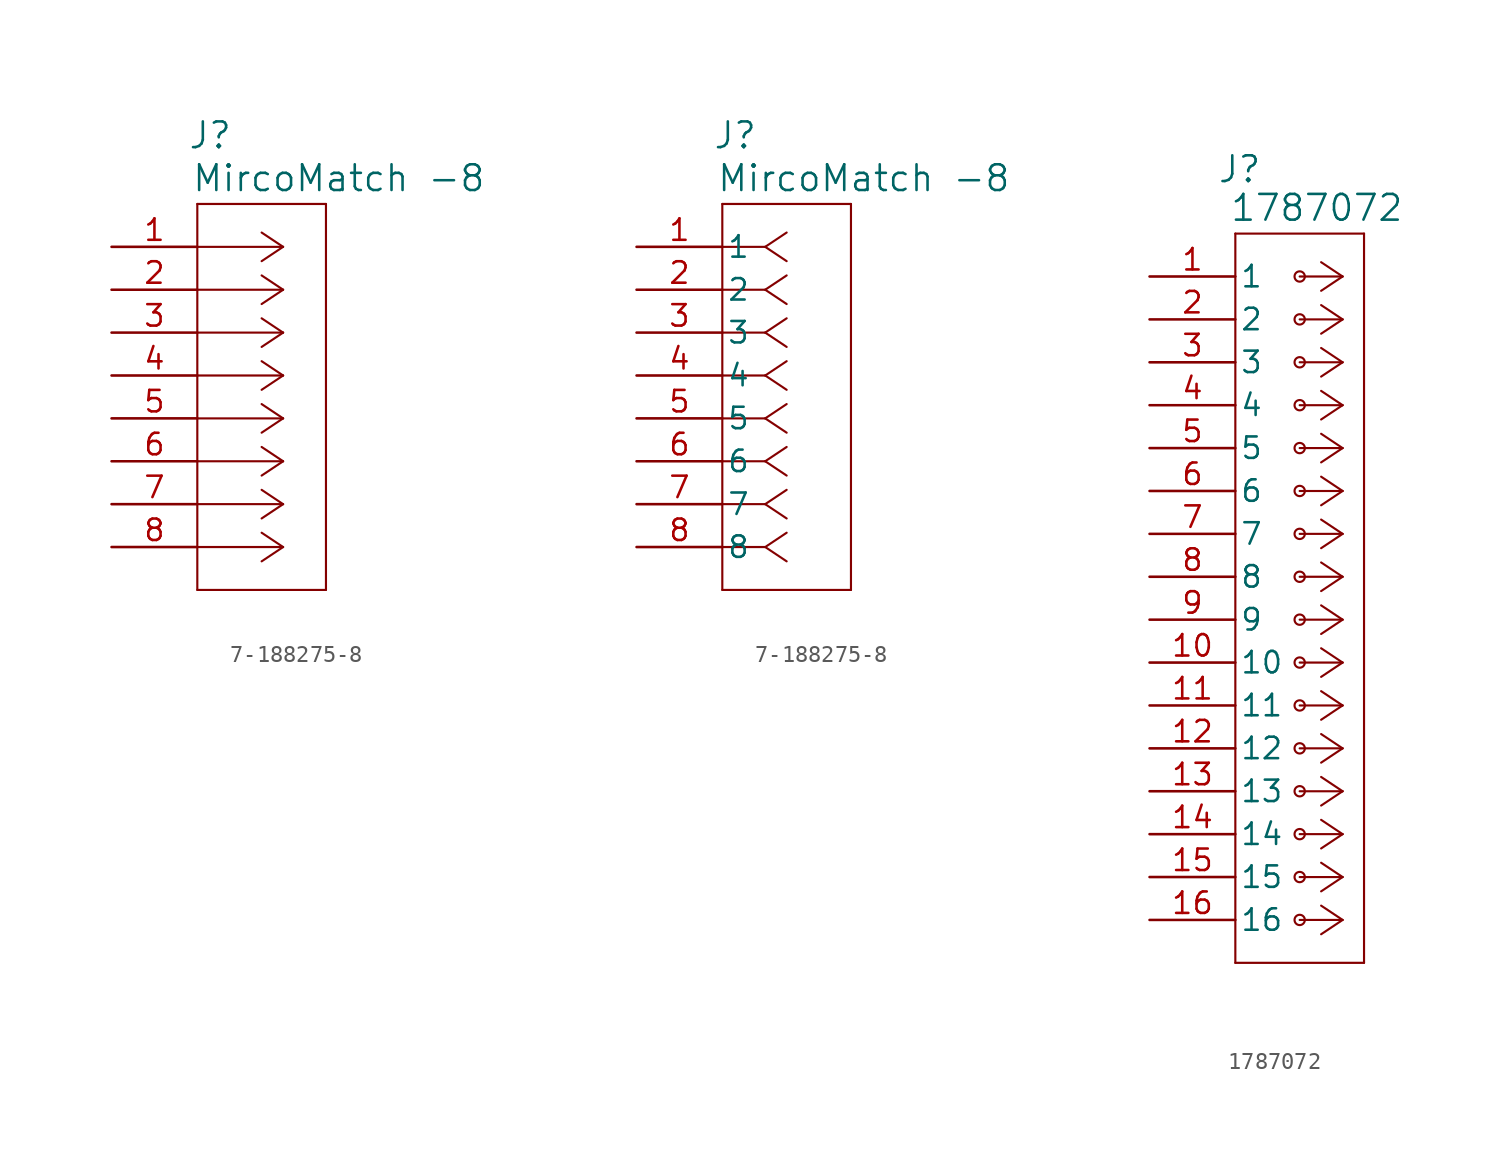
<source format=kicad_sym>
(kicad_symbol_lib
  (version 20241209)
  (generator "kicad_symbol_editor")
  (generator_version "9.0")
  (symbol "7-188275-8"
    (pin_names
      (offset 0.254))
    (property "Reference" "J"
      (at 5.842 6.604 0)
      (effects (font (size 1.524 1.524))))
    (property "Value" "MircoMatch -8"
      (at 13.462 4.064 0)
      (effects (font (size 1.524 1.524))))
    (symbol "7-188275-8_1_1"
      (polyline (pts (xy 5.08 2.54) (xy 5.08 -20.32)) (stroke (width 0.127) (type default)) (fill (type none)))
      (polyline (pts (xy 5.08 -20.32) (xy 12.7 -20.32)) (stroke (width 0.127) (type default)) (fill (type none)))
      (polyline (pts (xy 10.16 0) (xy 5.08 0)) (stroke (width 0.127) (type default)) (fill (type none)))
      (polyline (pts (xy 10.16 0) (xy 8.89 0.847)) (stroke (width 0.127) (type default)) (fill (type none)))
      (polyline (pts (xy 10.16 0) (xy 8.89 -0.847)) (stroke (width 0.127) (type default)) (fill (type none)))
      (polyline (pts (xy 10.16 -2.54) (xy 5.08 -2.54)) (stroke (width 0.127) (type default)) (fill (type none)))
      (polyline (pts (xy 10.16 -2.54) (xy 8.89 -1.693)) (stroke (width 0.127) (type default)) (fill (type none)))
      (polyline (pts (xy 10.16 -2.54) (xy 8.89 -3.387)) (stroke (width 0.127) (type default)) (fill (type none)))
      (polyline (pts (xy 10.16 -5.08) (xy 5.08 -5.08)) (stroke (width 0.127) (type default)) (fill (type none)))
      (polyline (pts (xy 10.16 -5.08) (xy 8.89 -4.233)) (stroke (width 0.127) (type default)) (fill (type none)))
      (polyline (pts (xy 10.16 -5.08) (xy 8.89 -5.927)) (stroke (width 0.127) (type default)) (fill (type none)))
      (polyline (pts (xy 10.16 -7.62) (xy 5.08 -7.62)) (stroke (width 0.127) (type default)) (fill (type none)))
      (polyline (pts (xy 10.16 -7.62) (xy 8.89 -6.773)) (stroke (width 0.127) (type default)) (fill (type none)))
      (polyline (pts (xy 10.16 -7.62) (xy 8.89 -8.467)) (stroke (width 0.127) (type default)) (fill (type none)))
      (polyline (pts (xy 10.16 -10.16) (xy 5.08 -10.16)) (stroke (width 0.127) (type default)) (fill (type none)))
      (polyline (pts (xy 10.16 -10.16) (xy 8.89 -9.313)) (stroke (width 0.127) (type default)) (fill (type none)))
      (polyline (pts (xy 10.16 -10.16) (xy 8.89 -11.007)) (stroke (width 0.127) (type default)) (fill (type none)))
      (polyline (pts (xy 10.16 -12.7) (xy 5.08 -12.7)) (stroke (width 0.127) (type default)) (fill (type none)))
      (polyline (pts (xy 10.16 -12.7) (xy 8.89 -11.853)) (stroke (width 0.127) (type default)) (fill (type none)))
      (polyline (pts (xy 10.16 -12.7) (xy 8.89 -13.547)) (stroke (width 0.127) (type default)) (fill (type none)))
      (polyline (pts (xy 10.16 -15.24) (xy 5.08 -15.24)) (stroke (width 0.127) (type default)) (fill (type none)))
      (polyline (pts (xy 10.16 -15.24) (xy 8.89 -14.393)) (stroke (width 0.127) (type default)) (fill (type none)))
      (polyline (pts (xy 10.16 -15.24) (xy 8.89 -16.087)) (stroke (width 0.127) (type default)) (fill (type none)))
      (polyline (pts (xy 10.16 -17.78) (xy 5.08 -17.78)) (stroke (width 0.127) (type default)) (fill (type none)))
      (polyline (pts (xy 10.16 -17.78) (xy 8.89 -16.933)) (stroke (width 0.127) (type default)) (fill (type none)))
      (polyline (pts (xy 10.16 -17.78) (xy 8.89 -18.627)) (stroke (width 0.127) (type default)) (fill (type none)))
      (polyline (pts (xy 12.7 2.54) (xy 5.08 2.54)) (stroke (width 0.127) (type default)) (fill (type none)))
      (polyline (pts (xy 12.7 -20.32) (xy 12.7 2.54)) (stroke (width 0.127) (type default)) (fill (type none)))
      (pin passive line (at 0 0 0) (length 5.08) (name "" (effects (font (size 1.27 1.27)))) (number "1" (effects (font (size 1.27 1.27)))))
      (pin passive line (at 0 -2.54 0) (length 5.08) (name "" (effects (font (size 1.27 1.27)))) (number "2" (effects (font (size 1.27 1.27)))))
      (pin passive line (at 0 -5.08 0) (length 5.08) (name "" (effects (font (size 1.27 1.27)))) (number "3" (effects (font (size 1.27 1.27)))))
      (pin passive line (at 0 -7.62 0) (length 5.08) (name "" (effects (font (size 1.27 1.27)))) (number "4" (effects (font (size 1.27 1.27)))))
      (pin passive line (at 0 -10.16 0) (length 5.08) (name "" (effects (font (size 1.27 1.27)))) (number "5" (effects (font (size 1.27 1.27)))))
      (pin passive line (at 0 -12.7 0) (length 5.08) (name "" (effects (font (size 1.27 1.27)))) (number "6" (effects (font (size 1.27 1.27)))))
      (pin passive line (at 0 -15.24 0) (length 5.08) (name "" (effects (font (size 1.27 1.27)))) (number "7" (effects (font (size 1.27 1.27)))))
      (pin passive line (at 0 -17.78 0) (length 5.08) (name "" (effects (font (size 1.27 1.27)))) (number "8" (effects (font (size 1.27 1.27))))))
    (symbol "7-188275-8_1_2"
      (polyline (pts (xy 5.08 2.54) (xy 5.08 -20.32)) (stroke (width 0.127) (type default)) (fill (type none)))
      (polyline (pts (xy 5.08 -20.32) (xy 12.7 -20.32)) (stroke (width 0.127) (type default)) (fill (type none)))
      (polyline (pts (xy 7.62 0) (xy 5.08 0)) (stroke (width 0.127) (type default)) (fill (type none)))
      (polyline (pts (xy 7.62 0) (xy 8.89 0.847)) (stroke (width 0.127) (type default)) (fill (type none)))
      (polyline (pts (xy 7.62 0) (xy 8.89 -0.847)) (stroke (width 0.127) (type default)) (fill (type none)))
      (polyline (pts (xy 7.62 -2.54) (xy 5.08 -2.54)) (stroke (width 0.127) (type default)) (fill (type none)))
      (polyline (pts (xy 7.62 -2.54) (xy 8.89 -1.693)) (stroke (width 0.127) (type default)) (fill (type none)))
      (polyline (pts (xy 7.62 -2.54) (xy 8.89 -3.387)) (stroke (width 0.127) (type default)) (fill (type none)))
      (polyline (pts (xy 7.62 -5.08) (xy 5.08 -5.08)) (stroke (width 0.127) (type default)) (fill (type none)))
      (polyline (pts (xy 7.62 -5.08) (xy 8.89 -4.233)) (stroke (width 0.127) (type default)) (fill (type none)))
      (polyline (pts (xy 7.62 -5.08) (xy 8.89 -5.927)) (stroke (width 0.127) (type default)) (fill (type none)))
      (polyline (pts (xy 7.62 -7.62) (xy 5.08 -7.62)) (stroke (width 0.127) (type default)) (fill (type none)))
      (polyline (pts (xy 7.62 -7.62) (xy 8.89 -6.773)) (stroke (width 0.127) (type default)) (fill (type none)))
      (polyline (pts (xy 7.62 -7.62) (xy 8.89 -8.467)) (stroke (width 0.127) (type default)) (fill (type none)))
      (polyline (pts (xy 7.62 -10.16) (xy 5.08 -10.16)) (stroke (width 0.127) (type default)) (fill (type none)))
      (polyline (pts (xy 7.62 -10.16) (xy 8.89 -9.313)) (stroke (width 0.127) (type default)) (fill (type none)))
      (polyline (pts (xy 7.62 -10.16) (xy 8.89 -11.007)) (stroke (width 0.127) (type default)) (fill (type none)))
      (polyline (pts (xy 7.62 -12.7) (xy 5.08 -12.7)) (stroke (width 0.127) (type default)) (fill (type none)))
      (polyline (pts (xy 7.62 -12.7) (xy 8.89 -11.853)) (stroke (width 0.127) (type default)) (fill (type none)))
      (polyline (pts (xy 7.62 -12.7) (xy 8.89 -13.547)) (stroke (width 0.127) (type default)) (fill (type none)))
      (polyline (pts (xy 7.62 -15.24) (xy 5.08 -15.24)) (stroke (width 0.127) (type default)) (fill (type none)))
      (polyline (pts (xy 7.62 -15.24) (xy 8.89 -14.393)) (stroke (width 0.127) (type default)) (fill (type none)))
      (polyline (pts (xy 7.62 -15.24) (xy 8.89 -16.087)) (stroke (width 0.127) (type default)) (fill (type none)))
      (polyline (pts (xy 7.62 -17.78) (xy 5.08 -17.78)) (stroke (width 0.127) (type default)) (fill (type none)))
      (polyline (pts (xy 7.62 -17.78) (xy 8.89 -16.933)) (stroke (width 0.127) (type default)) (fill (type none)))
      (polyline (pts (xy 7.62 -17.78) (xy 8.89 -18.627)) (stroke (width 0.127) (type default)) (fill (type none)))
      (polyline (pts (xy 12.7 2.54) (xy 5.08 2.54)) (stroke (width 0.127) (type default)) (fill (type none)))
      (polyline (pts (xy 12.7 -20.32) (xy 12.7 2.54)) (stroke (width 0.127) (type default)) (fill (type none)))
      (pin unspecified line (at 0 0 0) (length 5.08) (name "1" (effects (font (size 1.27 1.27)))) (number "1" (effects (font (size 1.27 1.27)))))
      (pin unspecified line (at 0 -2.54 0) (length 5.08) (name "2" (effects (font (size 1.27 1.27)))) (number "2" (effects (font (size 1.27 1.27)))))
      (pin unspecified line (at 0 -5.08 0) (length 5.08) (name "3" (effects (font (size 1.27 1.27)))) (number "3" (effects (font (size 1.27 1.27)))))
      (pin unspecified line (at 0 -7.62 0) (length 5.08) (name "4" (effects (font (size 1.27 1.27)))) (number "4" (effects (font (size 1.27 1.27)))))
      (pin unspecified line (at 0 -10.16 0) (length 5.08) (name "5" (effects (font (size 1.27 1.27)))) (number "5" (effects (font (size 1.27 1.27)))))
      (pin unspecified line (at 0 -12.7 0) (length 5.08) (name "6" (effects (font (size 1.27 1.27)))) (number "6" (effects (font (size 1.27 1.27)))))
      (pin unspecified line (at 0 -15.24 0) (length 5.08) (name "7" (effects (font (size 1.27 1.27)))) (number "7" (effects (font (size 1.27 1.27)))))
      (pin unspecified line (at 0 -17.78 0) (length 5.08) (name "8" (effects (font (size 1.27 1.27)))) (number "8" (effects (font (size 1.27 1.27)))))))
  (symbol "1787072"
    (pin_names
      (offset 0.254))
    (property "Reference" "J"
      (at 5.334 6.35 0)
      (effects (font (size 1.524 1.524))))
    (property "Value" "1787072"
      (at 9.906 4.064 0)
      (effects (font (size 1.524 1.524))))
    (symbol "1787072_0_1"
      (polyline (pts (xy 5.08 2.54) (xy 5.08 -40.64)) (stroke (width 0.127) (type default)) (fill (type none)))
      (polyline (pts (xy 5.08 -40.64) (xy 12.7 -40.64)) (stroke (width 0.127) (type default)) (fill (type none)))
      (circle (center 8.89 0) (radius 0.305) (stroke (width 0.127) (type default)) (fill (type none)))
      (circle (center 8.89 -2.54) (radius 0.305) (stroke (width 0.127) (type default)) (fill (type none)))
      (circle (center 8.89 -5.08) (radius 0.305) (stroke (width 0.127) (type default)) (fill (type none)))
      (circle (center 8.89 -7.62) (radius 0.305) (stroke (width 0.127) (type default)) (fill (type none)))
      (circle (center 8.89 -10.16) (radius 0.305) (stroke (width 0.127) (type default)) (fill (type none)))
      (circle (center 8.89 -12.7) (radius 0.305) (stroke (width 0.127) (type default)) (fill (type none)))
      (circle (center 8.89 -15.24) (radius 0.305) (stroke (width 0.127) (type default)) (fill (type none)))
      (circle (center 8.89 -17.78) (radius 0.305) (stroke (width 0.127) (type default)) (fill (type none)))
      (circle (center 8.89 -20.32) (radius 0.305) (stroke (width 0.127) (type default)) (fill (type none)))
      (circle (center 8.89 -22.86) (radius 0.305) (stroke (width 0.127) (type default)) (fill (type none)))
      (circle (center 8.89 -25.4) (radius 0.305) (stroke (width 0.127) (type default)) (fill (type none)))
      (circle (center 8.89 -27.94) (radius 0.305) (stroke (width 0.127) (type default)) (fill (type none)))
      (circle (center 8.89 -30.48) (radius 0.305) (stroke (width 0.127) (type default)) (fill (type none)))
      (circle (center 8.89 -33.02) (radius 0.305) (stroke (width 0.127) (type default)) (fill (type none)))
      (circle (center 8.89 -35.56) (radius 0.305) (stroke (width 0.127) (type default)) (fill (type none)))
      (circle (center 8.89 -38.1) (radius 0.305) (stroke (width 0.127) (type default)) (fill (type none)))
      (polyline (pts (xy 11.43 0) (xy 8.89 0)) (stroke (width 0.127) (type default)) (fill (type none)))
      (polyline (pts (xy 11.43 0) (xy 10.16 0.847)) (stroke (width 0.127) (type default)) (fill (type none)))
      (polyline (pts (xy 11.43 0) (xy 10.16 -0.847)) (stroke (width 0.127) (type default)) (fill (type none)))
      (polyline (pts (xy 11.43 -2.54) (xy 8.89 -2.54)) (stroke (width 0.127) (type default)) (fill (type none)))
      (polyline (pts (xy 11.43 -2.54) (xy 10.16 -1.693)) (stroke (width 0.127) (type default)) (fill (type none)))
      (polyline (pts (xy 11.43 -2.54) (xy 10.16 -3.387)) (stroke (width 0.127) (type default)) (fill (type none)))
      (polyline (pts (xy 11.43 -5.08) (xy 8.89 -5.08)) (stroke (width 0.127) (type default)) (fill (type none)))
      (polyline (pts (xy 11.43 -5.08) (xy 10.16 -4.233)) (stroke (width 0.127) (type default)) (fill (type none)))
      (polyline (pts (xy 11.43 -5.08) (xy 10.16 -5.927)) (stroke (width 0.127) (type default)) (fill (type none)))
      (polyline (pts (xy 11.43 -7.62) (xy 8.89 -7.62)) (stroke (width 0.127) (type default)) (fill (type none)))
      (polyline (pts (xy 11.43 -7.62) (xy 10.16 -6.773)) (stroke (width 0.127) (type default)) (fill (type none)))
      (polyline (pts (xy 11.43 -7.62) (xy 10.16 -8.467)) (stroke (width 0.127) (type default)) (fill (type none)))
      (polyline (pts (xy 11.43 -10.16) (xy 8.89 -10.16)) (stroke (width 0.127) (type default)) (fill (type none)))
      (polyline (pts (xy 11.43 -10.16) (xy 10.16 -9.313)) (stroke (width 0.127) (type default)) (fill (type none)))
      (polyline (pts (xy 11.43 -10.16) (xy 10.16 -11.007)) (stroke (width 0.127) (type default)) (fill (type none)))
      (polyline (pts (xy 11.43 -12.7) (xy 8.89 -12.7)) (stroke (width 0.127) (type default)) (fill (type none)))
      (polyline (pts (xy 11.43 -12.7) (xy 10.16 -11.853)) (stroke (width 0.127) (type default)) (fill (type none)))
      (polyline (pts (xy 11.43 -12.7) (xy 10.16 -13.547)) (stroke (width 0.127) (type default)) (fill (type none)))
      (polyline (pts (xy 11.43 -15.24) (xy 8.89 -15.24)) (stroke (width 0.127) (type default)) (fill (type none)))
      (polyline (pts (xy 11.43 -15.24) (xy 10.16 -14.393)) (stroke (width 0.127) (type default)) (fill (type none)))
      (polyline (pts (xy 11.43 -15.24) (xy 10.16 -16.087)) (stroke (width 0.127) (type default)) (fill (type none)))
      (polyline (pts (xy 11.43 -17.78) (xy 8.89 -17.78)) (stroke (width 0.127) (type default)) (fill (type none)))
      (polyline (pts (xy 11.43 -17.78) (xy 10.16 -16.933)) (stroke (width 0.127) (type default)) (fill (type none)))
      (polyline (pts (xy 11.43 -17.78) (xy 10.16 -18.627)) (stroke (width 0.127) (type default)) (fill (type none)))
      (polyline (pts (xy 11.43 -20.32) (xy 8.89 -20.32)) (stroke (width 0.127) (type default)) (fill (type none)))
      (polyline (pts (xy 11.43 -20.32) (xy 10.16 -19.473)) (stroke (width 0.127) (type default)) (fill (type none)))
      (polyline (pts (xy 11.43 -20.32) (xy 10.16 -21.167)) (stroke (width 0.127) (type default)) (fill (type none)))
      (polyline (pts (xy 11.43 -22.86) (xy 8.89 -22.86)) (stroke (width 0.127) (type default)) (fill (type none)))
      (polyline (pts (xy 11.43 -22.86) (xy 10.16 -22.013)) (stroke (width 0.127) (type default)) (fill (type none)))
      (polyline (pts (xy 11.43 -22.86) (xy 10.16 -23.707)) (stroke (width 0.127) (type default)) (fill (type none)))
      (polyline (pts (xy 11.43 -25.4) (xy 8.89 -25.4)) (stroke (width 0.127) (type default)) (fill (type none)))
      (polyline (pts (xy 11.43 -25.4) (xy 10.16 -24.553)) (stroke (width 0.127) (type default)) (fill (type none)))
      (polyline (pts (xy 11.43 -25.4) (xy 10.16 -26.247)) (stroke (width 0.127) (type default)) (fill (type none)))
      (polyline (pts (xy 11.43 -27.94) (xy 8.89 -27.94)) (stroke (width 0.127) (type default)) (fill (type none)))
      (polyline (pts (xy 11.43 -27.94) (xy 10.16 -27.093)) (stroke (width 0.127) (type default)) (fill (type none)))
      (polyline (pts (xy 11.43 -27.94) (xy 10.16 -28.787)) (stroke (width 0.127) (type default)) (fill (type none)))
      (polyline (pts (xy 11.43 -30.48) (xy 8.89 -30.48)) (stroke (width 0.127) (type default)) (fill (type none)))
      (polyline (pts (xy 11.43 -30.48) (xy 10.16 -29.633)) (stroke (width 0.127) (type default)) (fill (type none)))
      (polyline (pts (xy 11.43 -30.48) (xy 10.16 -31.327)) (stroke (width 0.127) (type default)) (fill (type none)))
      (polyline (pts (xy 11.43 -33.02) (xy 8.89 -33.02)) (stroke (width 0.127) (type default)) (fill (type none)))
      (polyline (pts (xy 11.43 -33.02) (xy 10.16 -32.173)) (stroke (width 0.127) (type default)) (fill (type none)))
      (polyline (pts (xy 11.43 -33.02) (xy 10.16 -33.867)) (stroke (width 0.127) (type default)) (fill (type none)))
      (polyline (pts (xy 11.43 -35.56) (xy 8.89 -35.56)) (stroke (width 0.127) (type default)) (fill (type none)))
      (polyline (pts (xy 11.43 -35.56) (xy 10.16 -34.713)) (stroke (width 0.127) (type default)) (fill (type none)))
      (polyline (pts (xy 11.43 -35.56) (xy 10.16 -36.407)) (stroke (width 0.127) (type default)) (fill (type none)))
      (polyline (pts (xy 11.43 -38.1) (xy 8.89 -38.1)) (stroke (width 0.127) (type default)) (fill (type none)))
      (polyline (pts (xy 11.43 -38.1) (xy 10.16 -37.253)) (stroke (width 0.127) (type default)) (fill (type none)))
      (polyline (pts (xy 11.43 -38.1) (xy 10.16 -38.947)) (stroke (width 0.127) (type default)) (fill (type none)))
      (polyline (pts (xy 12.7 2.54) (xy 5.08 2.54)) (stroke (width 0.127) (type default)) (fill (type none)))
      (polyline (pts (xy 12.7 -40.64) (xy 12.7 2.54)) (stroke (width 0.127) (type default)) (fill (type none)))
      (pin passive line (at 0 0 0) (length 5.08) (name "1" (effects (font (size 1.27 1.27)))) (number "1" (effects (font (size 1.27 1.27)))))
      (pin passive line (at 0 -2.54 0) (length 5.08) (name "2" (effects (font (size 1.27 1.27)))) (number "2" (effects (font (size 1.27 1.27)))))
      (pin passive line (at 0 -5.08 0) (length 5.08) (name "3" (effects (font (size 1.27 1.27)))) (number "3" (effects (font (size 1.27 1.27)))))
      (pin passive line (at 0 -7.62 0) (length 5.08) (name "4" (effects (font (size 1.27 1.27)))) (number "4" (effects (font (size 1.27 1.27)))))
      (pin passive line (at 0 -10.16 0) (length 5.08) (name "5" (effects (font (size 1.27 1.27)))) (number "5" (effects (font (size 1.27 1.27)))))
      (pin passive line (at 0 -12.7 0) (length 5.08) (name "6" (effects (font (size 1.27 1.27)))) (number "6" (effects (font (size 1.27 1.27)))))
      (pin passive line (at 0 -15.24 0) (length 5.08) (name "7" (effects (font (size 1.27 1.27)))) (number "7" (effects (font (size 1.27 1.27)))))
      (pin passive line (at 0 -17.78 0) (length 5.08) (name "8" (effects (font (size 1.27 1.27)))) (number "8" (effects (font (size 1.27 1.27)))))
      (pin passive line (at 0 -20.32 0) (length 5.08) (name "9" (effects (font (size 1.27 1.27)))) (number "9" (effects (font (size 1.27 1.27)))))
      (pin passive line (at 0 -22.86 0) (length 5.08) (name "10" (effects (font (size 1.27 1.27)))) (number "10" (effects (font (size 1.27 1.27)))))
      (pin passive line (at 0 -25.4 0) (length 5.08) (name "11" (effects (font (size 1.27 1.27)))) (number "11" (effects (font (size 1.27 1.27)))))
      (pin passive line (at 0 -27.94 0) (length 5.08) (name "12" (effects (font (size 1.27 1.27)))) (number "12" (effects (font (size 1.27 1.27)))))
      (pin passive line (at 0 -30.48 0) (length 5.08) (name "13" (effects (font (size 1.27 1.27)))) (number "13" (effects (font (size 1.27 1.27)))))
      (pin passive line (at 0 -33.02 0) (length 5.08) (name "14" (effects (font (size 1.27 1.27)))) (number "14" (effects (font (size 1.27 1.27)))))
      (pin passive line (at 0 -35.56 0) (length 5.08) (name "15" (effects (font (size 1.27 1.27)))) (number "15" (effects (font (size 1.27 1.27)))))
      (pin passive line (at 0 -38.1 0) (length 5.08) (name "16" (effects (font (size 1.27 1.27)))) (number "16" (effects (font (size 1.27 1.27))))))))
</source>
